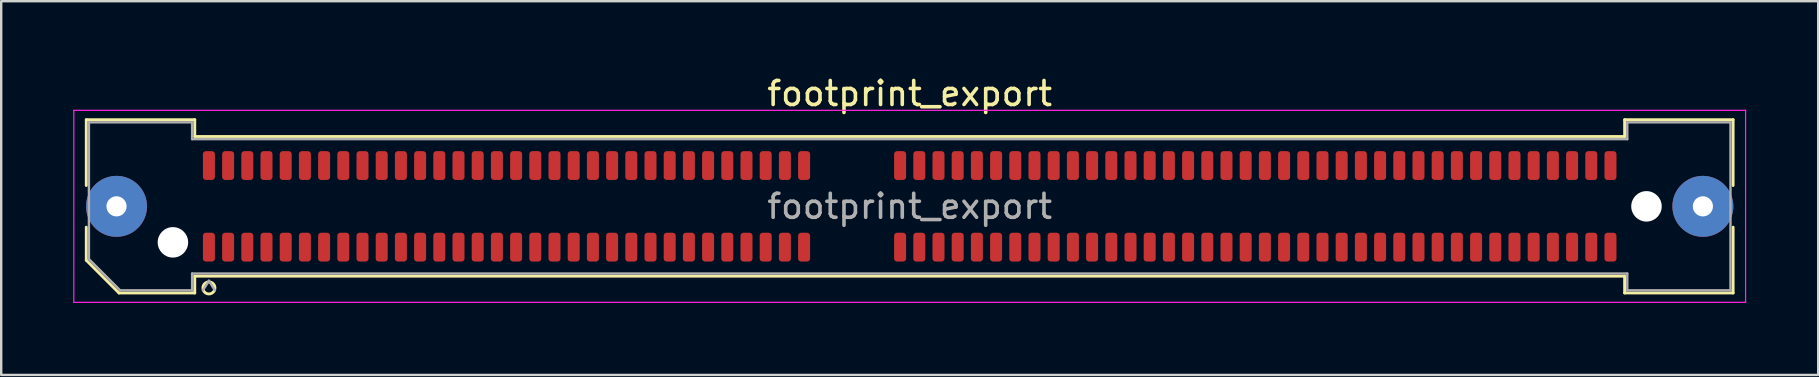
<source format=kicad_pcb>
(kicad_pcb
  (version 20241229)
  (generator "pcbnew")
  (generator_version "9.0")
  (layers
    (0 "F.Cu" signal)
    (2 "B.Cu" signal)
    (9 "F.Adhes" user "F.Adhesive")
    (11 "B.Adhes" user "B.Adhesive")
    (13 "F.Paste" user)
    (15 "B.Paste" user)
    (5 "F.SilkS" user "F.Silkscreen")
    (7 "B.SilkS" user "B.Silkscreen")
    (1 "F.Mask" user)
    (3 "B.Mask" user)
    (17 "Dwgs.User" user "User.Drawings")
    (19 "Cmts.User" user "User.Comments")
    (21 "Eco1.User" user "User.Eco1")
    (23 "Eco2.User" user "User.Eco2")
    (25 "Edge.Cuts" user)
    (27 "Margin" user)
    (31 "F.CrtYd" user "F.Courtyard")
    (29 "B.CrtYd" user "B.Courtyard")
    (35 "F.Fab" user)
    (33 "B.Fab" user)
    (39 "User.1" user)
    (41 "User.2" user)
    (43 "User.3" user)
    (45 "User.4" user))
  (footprint "footprint_export"
    (layer "F.Cu")
    (at 34.855 5.548)
    (property "Reference" "footprint_export" (at 0 -4.7 0) (layer "F.SilkS") (effects (font (size 1 1) (thickness 0.15))))
    (attr smd)
    (fp_line (start -34.31 -3.61) (end -29.79 -3.61) (stroke (width 0.12) (type solid)) (layer "F.SilkS"))
    (fp_line (start -34.31 -0.868) (end -34.31 -3.61) (stroke (width 0.12) (type solid)) (layer "F.SilkS"))
    (fp_line (start -34.31 2.246) (end -34.31 0.868) (stroke (width 0.12) (type solid)) (layer "F.SilkS"))
    (fp_line (start -32.946 3.61) (end -34.31 2.246) (stroke (width 0.12) (type solid)) (layer "F.SilkS"))
    (fp_line (start -29.79 -3.61) (end -29.79 -2.91) (stroke (width 0.12) (type solid)) (layer "F.SilkS"))
    (fp_line (start -29.79 -2.91) (end 29.79 -2.91) (stroke (width 0.12) (type solid)) (layer "F.SilkS"))
    (fp_line (start -29.79 2.91) (end -29.79 3.61) (stroke (width 0.12) (type solid)) (layer "F.SilkS"))
    (fp_line (start -29.79 3.61) (end -32.946 3.61) (stroke (width 0.12) (type solid)) (layer "F.SilkS"))
    (fp_line (start 29.79 -3.61) (end 34.31 -3.61) (stroke (width 0.12) (type solid)) (layer "F.SilkS"))
    (fp_line (start 29.79 -2.91) (end 29.79 -3.61) (stroke (width 0.12) (type solid)) (layer "F.SilkS"))
    (fp_line (start 29.79 2.91) (end -29.79 2.91) (stroke (width 0.12) (type solid)) (layer "F.SilkS"))
    (fp_line (start 29.79 3.61) (end 29.79 2.91) (stroke (width 0.12) (type solid)) (layer "F.SilkS"))
    (fp_line (start 34.31 -3.61) (end 34.31 -0.868) (stroke (width 0.12) (type solid)) (layer "F.SilkS"))
    (fp_line (start 34.31 0.868) (end 34.31 3.61) (stroke (width 0.12) (type solid)) (layer "F.SilkS"))
    (fp_line (start 34.31 3.61) (end 29.79 3.61) (stroke (width 0.12) (type solid)) (layer "F.SilkS"))
    (fp_arc (start -28.95 3.4) (mid -29.45 3.4) (end -28.95 3.4) (stroke (width 0.12) (type solid)) (layer "F.SilkS"))
    (fp_line (start -34.83 -4) (end -34.83 4) (stroke (width 0.05) (type solid)) (layer "F.CrtYd"))
    (fp_line (start -34.83 4) (end 34.83 4) (stroke (width 0.05) (type solid)) (layer "F.CrtYd"))
    (fp_line (start 34.83 -4) (end -34.83 -4) (stroke (width 0.05) (type solid)) (layer "F.CrtYd"))
    (fp_line (start 34.83 4) (end 34.83 -4) (stroke (width 0.05) (type solid)) (layer "F.CrtYd"))
    (fp_line (start -34.2 -3.5) (end -29.9 -3.5) (stroke (width 0.1) (type solid)) (layer "F.Fab"))
    (fp_line (start -34.2 2.2) (end -34.2 -3.5) (stroke (width 0.1) (type solid)) (layer "F.Fab"))
    (fp_line (start -32.9 3.5) (end -34.2 2.2) (stroke (width 0.1) (type solid)) (layer "F.Fab"))
    (fp_line (start -29.9 -3.5) (end -29.9 -2.8) (stroke (width 0.1) (type solid)) (layer "F.Fab"))
    (fp_line (start -29.9 -2.8) (end 29.9 -2.8) (stroke (width 0.1) (type solid)) (layer "F.Fab"))
    (fp_line (start -29.9 2.8) (end -29.9 3.5) (stroke (width 0.1) (type solid)) (layer "F.Fab"))
    (fp_line (start -29.9 3.5) (end -32.9 3.5) (stroke (width 0.1) (type solid)) (layer "F.Fab"))
    (fp_line (start -29.2 3.1) (end -29.45 3.5) (stroke (width 0.1) (type solid)) (layer "F.Fab"))
    (fp_line (start -29.2 3.1) (end -28.95 3.5) (stroke (width 0.1) (type solid)) (layer "F.Fab"))
    (fp_line (start 29.9 -3.5) (end 34.2 -3.5) (stroke (width 0.1) (type solid)) (layer "F.Fab"))
    (fp_line (start 29.9 -2.8) (end 29.9 -3.5) (stroke (width 0.1) (type solid)) (layer "F.Fab"))
    (fp_line (start 29.9 2.8) (end -29.9 2.8) (stroke (width 0.1) (type solid)) (layer "F.Fab"))
    (fp_line (start 29.9 3.5) (end 29.9 2.8) (stroke (width 0.1) (type solid)) (layer "F.Fab"))
    (fp_line (start 34.2 -3.5) (end 34.2 3.5) (stroke (width 0.1) (type solid)) (layer "F.Fab"))
    (fp_line (start 34.2 3.5) (end 29.9 3.5) (stroke (width 0.1) (type solid)) (layer "F.Fab"))
    (fp_text user "${REFERENCE}" (at 0 0 0) (layer "F.Fab") (effects (font (size 1 1) (thickness 0.15))))
    (pad "" thru_hole circle (at -33.05 0) (size 2.54 2.54) (drill 0.84) (layers "*.Cu" "*.Mask" "F.Paste"))
    (pad "" np_thru_hole circle (at -30.7 1.5) (size 1.27 1.27) (drill 1.27) (layers "*.Cu" "*.Mask"))
    (pad "" np_thru_hole circle (at 30.7 0) (size 1.27 1.27) (drill 1.27) (layers "*.Cu" "*.Mask"))
    (pad "" thru_hole circle (at 33.05 0) (size 2.54 2.54) (drill 0.84) (layers "*.Cu" "*.Mask" "F.Paste"))
    (pad "1" smd roundrect (at -29.2 1.7) (size 0.5 1.2) (layers "F.Cu" "F.Mask" "F.Paste") (roundrect_rratio 0.25))
    (pad "2" smd roundrect (at -29.2 -1.7) (size 0.5 1.2) (layers "F.Cu" "F.Mask" "F.Paste") (roundrect_rratio 0.25))
    (pad "3" smd roundrect (at -28.4 1.7) (size 0.5 1.2) (layers "F.Cu" "F.Mask" "F.Paste") (roundrect_rratio 0.25))
    (pad "4" smd roundrect (at -28.4 -1.7) (size 0.5 1.2) (layers "F.Cu" "F.Mask" "F.Paste") (roundrect_rratio 0.25))
    (pad "5" smd roundrect (at -27.6 1.7) (size 0.5 1.2) (layers "F.Cu" "F.Mask" "F.Paste") (roundrect_rratio 0.25))
    (pad "6" smd roundrect (at -27.6 -1.7) (size 0.5 1.2) (layers "F.Cu" "F.Mask" "F.Paste") (roundrect_rratio 0.25))
    (pad "7" smd roundrect (at -26.8 1.7) (size 0.5 1.2) (layers "F.Cu" "F.Mask" "F.Paste") (roundrect_rratio 0.25))
    (pad "8" smd roundrect (at -26.8 -1.7) (size 0.5 1.2) (layers "F.Cu" "F.Mask" "F.Paste") (roundrect_rratio 0.25))
    (pad "9" smd roundrect (at -26 1.7) (size 0.5 1.2) (layers "F.Cu" "F.Mask" "F.Paste") (roundrect_rratio 0.25))
    (pad "10" smd roundrect (at -26 -1.7) (size 0.5 1.2) (layers "F.Cu" "F.Mask" "F.Paste") (roundrect_rratio 0.25))
    (pad "11" smd roundrect (at -25.2 1.7) (size 0.5 1.2) (layers "F.Cu" "F.Mask" "F.Paste") (roundrect_rratio 0.25))
    (pad "12" smd roundrect (at -25.2 -1.7) (size 0.5 1.2) (layers "F.Cu" "F.Mask" "F.Paste") (roundrect_rratio 0.25))
    (pad "13" smd roundrect (at -24.4 1.7) (size 0.5 1.2) (layers "F.Cu" "F.Mask" "F.Paste") (roundrect_rratio 0.25))
    (pad "14" smd roundrect (at -24.4 -1.7) (size 0.5 1.2) (layers "F.Cu" "F.Mask" "F.Paste") (roundrect_rratio 0.25))
    (pad "15" smd roundrect (at -23.6 1.7) (size 0.5 1.2) (layers "F.Cu" "F.Mask" "F.Paste") (roundrect_rratio 0.25))
    (pad "16" smd roundrect (at -23.6 -1.7) (size 0.5 1.2) (layers "F.Cu" "F.Mask" "F.Paste") (roundrect_rratio 0.25))
    (pad "17" smd roundrect (at -22.8 1.7) (size 0.5 1.2) (layers "F.Cu" "F.Mask" "F.Paste") (roundrect_rratio 0.25))
    (pad "18" smd roundrect (at -22.8 -1.7) (size 0.5 1.2) (layers "F.Cu" "F.Mask" "F.Paste") (roundrect_rratio 0.25))
    (pad "19" smd roundrect (at -22 1.7) (size 0.5 1.2) (layers "F.Cu" "F.Mask" "F.Paste") (roundrect_rratio 0.25))
    (pad "20" smd roundrect (at -22 -1.7) (size 0.5 1.2) (layers "F.Cu" "F.Mask" "F.Paste") (roundrect_rratio 0.25))
    (pad "21" smd roundrect (at -21.2 1.7) (size 0.5 1.2) (layers "F.Cu" "F.Mask" "F.Paste") (roundrect_rratio 0.25))
    (pad "22" smd roundrect (at -21.2 -1.7) (size 0.5 1.2) (layers "F.Cu" "F.Mask" "F.Paste") (roundrect_rratio 0.25))
    (pad "23" smd roundrect (at -20.4 1.7) (size 0.5 1.2) (layers "F.Cu" "F.Mask" "F.Paste") (roundrect_rratio 0.25))
    (pad "24" smd roundrect (at -20.4 -1.7) (size 0.5 1.2) (layers "F.Cu" "F.Mask" "F.Paste") (roundrect_rratio 0.25))
    (pad "25" smd roundrect (at -19.6 1.7) (size 0.5 1.2) (layers "F.Cu" "F.Mask" "F.Paste") (roundrect_rratio 0.25))
    (pad "26" smd roundrect (at -19.6 -1.7) (size 0.5 1.2) (layers "F.Cu" "F.Mask" "F.Paste") (roundrect_rratio 0.25))
    (pad "27" smd roundrect (at -18.8 1.7) (size 0.5 1.2) (layers "F.Cu" "F.Mask" "F.Paste") (roundrect_rratio 0.25))
    (pad "28" smd roundrect (at -18.8 -1.7) (size 0.5 1.2) (layers "F.Cu" "F.Mask" "F.Paste") (roundrect_rratio 0.25))
    (pad "29" smd roundrect (at -18 1.7) (size 0.5 1.2) (layers "F.Cu" "F.Mask" "F.Paste") (roundrect_rratio 0.25))
    (pad "30" smd roundrect (at -18 -1.7) (size 0.5 1.2) (layers "F.Cu" "F.Mask" "F.Paste") (roundrect_rratio 0.25))
    (pad "31" smd roundrect (at -17.2 1.7) (size 0.5 1.2) (layers "F.Cu" "F.Mask" "F.Paste") (roundrect_rratio 0.25))
    (pad "32" smd roundrect (at -17.2 -1.7) (size 0.5 1.2) (layers "F.Cu" "F.Mask" "F.Paste") (roundrect_rratio 0.25))
    (pad "33" smd roundrect (at -16.4 1.7) (size 0.5 1.2) (layers "F.Cu" "F.Mask" "F.Paste") (roundrect_rratio 0.25))
    (pad "34" smd roundrect (at -16.4 -1.7) (size 0.5 1.2) (layers "F.Cu" "F.Mask" "F.Paste") (roundrect_rratio 0.25))
    (pad "35" smd roundrect (at -15.6 1.7) (size 0.5 1.2) (layers "F.Cu" "F.Mask" "F.Paste") (roundrect_rratio 0.25))
    (pad "36" smd roundrect (at -15.6 -1.7) (size 0.5 1.2) (layers "F.Cu" "F.Mask" "F.Paste") (roundrect_rratio 0.25))
    (pad "37" smd roundrect (at -14.8 1.7) (size 0.5 1.2) (layers "F.Cu" "F.Mask" "F.Paste") (roundrect_rratio 0.25))
    (pad "38" smd roundrect (at -14.8 -1.7) (size 0.5 1.2) (layers "F.Cu" "F.Mask" "F.Paste") (roundrect_rratio 0.25))
    (pad "39" smd roundrect (at -14 1.7) (size 0.5 1.2) (layers "F.Cu" "F.Mask" "F.Paste") (roundrect_rratio 0.25))
    (pad "40" smd roundrect (at -14 -1.7) (size 0.5 1.2) (layers "F.Cu" "F.Mask" "F.Paste") (roundrect_rratio 0.25))
    (pad "41" smd roundrect (at -13.2 1.7) (size 0.5 1.2) (layers "F.Cu" "F.Mask" "F.Paste") (roundrect_rratio 0.25))
    (pad "42" smd roundrect (at -13.2 -1.7) (size 0.5 1.2) (layers "F.Cu" "F.Mask" "F.Paste") (roundrect_rratio 0.25))
    (pad "43" smd roundrect (at -12.4 1.7) (size 0.5 1.2) (layers "F.Cu" "F.Mask" "F.Paste") (roundrect_rratio 0.25))
    (pad "44" smd roundrect (at -12.4 -1.7) (size 0.5 1.2) (layers "F.Cu" "F.Mask" "F.Paste") (roundrect_rratio 0.25))
    (pad "45" smd roundrect (at -11.6 1.7) (size 0.5 1.2) (layers "F.Cu" "F.Mask" "F.Paste") (roundrect_rratio 0.25))
    (pad "46" smd roundrect (at -11.6 -1.7) (size 0.5 1.2) (layers "F.Cu" "F.Mask" "F.Paste") (roundrect_rratio 0.25))
    (pad "47" smd roundrect (at -10.8 1.7) (size 0.5 1.2) (layers "F.Cu" "F.Mask" "F.Paste") (roundrect_rratio 0.25))
    (pad "48" smd roundrect (at -10.8 -1.7) (size 0.5 1.2) (layers "F.Cu" "F.Mask" "F.Paste") (roundrect_rratio 0.25))
    (pad "49" smd roundrect (at -10 1.7) (size 0.5 1.2) (layers "F.Cu" "F.Mask" "F.Paste") (roundrect_rratio 0.25))
    (pad "50" smd roundrect (at -10 -1.7) (size 0.5 1.2) (layers "F.Cu" "F.Mask" "F.Paste") (roundrect_rratio 0.25))
    (pad "51" smd roundrect (at -9.2 1.7) (size 0.5 1.2) (layers "F.Cu" "F.Mask" "F.Paste") (roundrect_rratio 0.25))
    (pad "52" smd roundrect (at -9.2 -1.7) (size 0.5 1.2) (layers "F.Cu" "F.Mask" "F.Paste") (roundrect_rratio 0.25))
    (pad "53" smd roundrect (at -8.4 1.7) (size 0.5 1.2) (layers "F.Cu" "F.Mask" "F.Paste") (roundrect_rratio 0.25))
    (pad "54" smd roundrect (at -8.4 -1.7) (size 0.5 1.2) (layers "F.Cu" "F.Mask" "F.Paste") (roundrect_rratio 0.25))
    (pad "55" smd roundrect (at -7.6 1.7) (size 0.5 1.2) (layers "F.Cu" "F.Mask" "F.Paste") (roundrect_rratio 0.25))
    (pad "56" smd roundrect (at -7.6 -1.7) (size 0.5 1.2) (layers "F.Cu" "F.Mask" "F.Paste") (roundrect_rratio 0.25))
    (pad "57" smd roundrect (at -6.8 1.7) (size 0.5 1.2) (layers "F.Cu" "F.Mask" "F.Paste") (roundrect_rratio 0.25))
    (pad "58" smd roundrect (at -6.8 -1.7) (size 0.5 1.2) (layers "F.Cu" "F.Mask" "F.Paste") (roundrect_rratio 0.25))
    (pad "59" smd roundrect (at -6 1.7) (size 0.5 1.2) (layers "F.Cu" "F.Mask" "F.Paste") (roundrect_rratio 0.25))
    (pad "60" smd roundrect (at -6 -1.7) (size 0.5 1.2) (layers "F.Cu" "F.Mask" "F.Paste") (roundrect_rratio 0.25))
    (pad "61" smd roundrect (at -5.2 1.7) (size 0.5 1.2) (layers "F.Cu" "F.Mask" "F.Paste") (roundrect_rratio 0.25))
    (pad "62" smd roundrect (at -5.2 -1.7) (size 0.5 1.2) (layers "F.Cu" "F.Mask" "F.Paste") (roundrect_rratio 0.25))
    (pad "63" smd roundrect (at -4.4 1.7) (size 0.5 1.2) (layers "F.Cu" "F.Mask" "F.Paste") (roundrect_rratio 0.25))
    (pad "64" smd roundrect (at -4.4 -1.7) (size 0.5 1.2) (layers "F.Cu" "F.Mask" "F.Paste") (roundrect_rratio 0.25))
    (pad "65" smd roundrect (at -0.4 1.7) (size 0.5 1.2) (layers "F.Cu" "F.Mask" "F.Paste") (roundrect_rratio 0.25))
    (pad "66" smd roundrect (at -0.4 -1.7) (size 0.5 1.2) (layers "F.Cu" "F.Mask" "F.Paste") (roundrect_rratio 0.25))
    (pad "67" smd roundrect (at 0.4 1.7) (size 0.5 1.2) (layers "F.Cu" "F.Mask" "F.Paste") (roundrect_rratio 0.25))
    (pad "68" smd roundrect (at 0.4 -1.7) (size 0.5 1.2) (layers "F.Cu" "F.Mask" "F.Paste") (roundrect_rratio 0.25))
    (pad "69" smd roundrect (at 1.2 1.7) (size 0.5 1.2) (layers "F.Cu" "F.Mask" "F.Paste") (roundrect_rratio 0.25))
    (pad "70" smd roundrect (at 1.2 -1.7) (size 0.5 1.2) (layers "F.Cu" "F.Mask" "F.Paste") (roundrect_rratio 0.25))
    (pad "71" smd roundrect (at 2 1.7) (size 0.5 1.2) (layers "F.Cu" "F.Mask" "F.Paste") (roundrect_rratio 0.25))
    (pad "72" smd roundrect (at 2 -1.7) (size 0.5 1.2) (layers "F.Cu" "F.Mask" "F.Paste") (roundrect_rratio 0.25))
    (pad "73" smd roundrect (at 2.8 1.7) (size 0.5 1.2) (layers "F.Cu" "F.Mask" "F.Paste") (roundrect_rratio 0.25))
    (pad "74" smd roundrect (at 2.8 -1.7) (size 0.5 1.2) (layers "F.Cu" "F.Mask" "F.Paste") (roundrect_rratio 0.25))
    (pad "75" smd roundrect (at 3.6 1.7) (size 0.5 1.2) (layers "F.Cu" "F.Mask" "F.Paste") (roundrect_rratio 0.25))
    (pad "76" smd roundrect (at 3.6 -1.7) (size 0.5 1.2) (layers "F.Cu" "F.Mask" "F.Paste") (roundrect_rratio 0.25))
    (pad "77" smd roundrect (at 4.4 1.7) (size 0.5 1.2) (layers "F.Cu" "F.Mask" "F.Paste") (roundrect_rratio 0.25))
    (pad "78" smd roundrect (at 4.4 -1.7) (size 0.5 1.2) (layers "F.Cu" "F.Mask" "F.Paste") (roundrect_rratio 0.25))
    (pad "79" smd roundrect (at 5.2 1.7) (size 0.5 1.2) (layers "F.Cu" "F.Mask" "F.Paste") (roundrect_rratio 0.25))
    (pad "80" smd roundrect (at 5.2 -1.7) (size 0.5 1.2) (layers "F.Cu" "F.Mask" "F.Paste") (roundrect_rratio 0.25))
    (pad "81" smd roundrect (at 6 1.7) (size 0.5 1.2) (layers "F.Cu" "F.Mask" "F.Paste") (roundrect_rratio 0.25))
    (pad "82" smd roundrect (at 6 -1.7) (size 0.5 1.2) (layers "F.Cu" "F.Mask" "F.Paste") (roundrect_rratio 0.25))
    (pad "83" smd roundrect (at 6.8 1.7) (size 0.5 1.2) (layers "F.Cu" "F.Mask" "F.Paste") (roundrect_rratio 0.25))
    (pad "84" smd roundrect (at 6.8 -1.7) (size 0.5 1.2) (layers "F.Cu" "F.Mask" "F.Paste") (roundrect_rratio 0.25))
    (pad "85" smd roundrect (at 7.6 1.7) (size 0.5 1.2) (layers "F.Cu" "F.Mask" "F.Paste") (roundrect_rratio 0.25))
    (pad "86" smd roundrect (at 7.6 -1.7) (size 0.5 1.2) (layers "F.Cu" "F.Mask" "F.Paste") (roundrect_rratio 0.25))
    (pad "87" smd roundrect (at 8.4 1.7) (size 0.5 1.2) (layers "F.Cu" "F.Mask" "F.Paste") (roundrect_rratio 0.25))
    (pad "88" smd roundrect (at 8.4 -1.7) (size 0.5 1.2) (layers "F.Cu" "F.Mask" "F.Paste") (roundrect_rratio 0.25))
    (pad "89" smd roundrect (at 9.2 1.7) (size 0.5 1.2) (layers "F.Cu" "F.Mask" "F.Paste") (roundrect_rratio 0.25))
    (pad "90" smd roundrect (at 9.2 -1.7) (size 0.5 1.2) (layers "F.Cu" "F.Mask" "F.Paste") (roundrect_rratio 0.25))
    (pad "91" smd roundrect (at 10 1.7) (size 0.5 1.2) (layers "F.Cu" "F.Mask" "F.Paste") (roundrect_rratio 0.25))
    (pad "92" smd roundrect (at 10 -1.7) (size 0.5 1.2) (layers "F.Cu" "F.Mask" "F.Paste") (roundrect_rratio 0.25))
    (pad "93" smd roundrect (at 10.8 1.7) (size 0.5 1.2) (layers "F.Cu" "F.Mask" "F.Paste") (roundrect_rratio 0.25))
    (pad "94" smd roundrect (at 10.8 -1.7) (size 0.5 1.2) (layers "F.Cu" "F.Mask" "F.Paste") (roundrect_rratio 0.25))
    (pad "95" smd roundrect (at 11.6 1.7) (size 0.5 1.2) (layers "F.Cu" "F.Mask" "F.Paste") (roundrect_rratio 0.25))
    (pad "96" smd roundrect (at 11.6 -1.7) (size 0.5 1.2) (layers "F.Cu" "F.Mask" "F.Paste") (roundrect_rratio 0.25))
    (pad "97" smd roundrect (at 12.4 1.7) (size 0.5 1.2) (layers "F.Cu" "F.Mask" "F.Paste") (roundrect_rratio 0.25))
    (pad "98" smd roundrect (at 12.4 -1.7) (size 0.5 1.2) (layers "F.Cu" "F.Mask" "F.Paste") (roundrect_rratio 0.25))
    (pad "99" smd roundrect (at 13.2 1.7) (size 0.5 1.2) (layers "F.Cu" "F.Mask" "F.Paste") (roundrect_rratio 0.25))
    (pad "100" smd roundrect (at 13.2 -1.7) (size 0.5 1.2) (layers "F.Cu" "F.Mask" "F.Paste") (roundrect_rratio 0.25))
    (pad "101" smd roundrect (at 14 1.7) (size 0.5 1.2) (layers "F.Cu" "F.Mask" "F.Paste") (roundrect_rratio 0.25))
    (pad "102" smd roundrect (at 14 -1.7) (size 0.5 1.2) (layers "F.Cu" "F.Mask" "F.Paste") (roundrect_rratio 0.25))
    (pad "103" smd roundrect (at 14.8 1.7) (size 0.5 1.2) (layers "F.Cu" "F.Mask" "F.Paste") (roundrect_rratio 0.25))
    (pad "104" smd roundrect (at 14.8 -1.7) (size 0.5 1.2) (layers "F.Cu" "F.Mask" "F.Paste") (roundrect_rratio 0.25))
    (pad "105" smd roundrect (at 15.6 1.7) (size 0.5 1.2) (layers "F.Cu" "F.Mask" "F.Paste") (roundrect_rratio 0.25))
    (pad "106" smd roundrect (at 15.6 -1.7) (size 0.5 1.2) (layers "F.Cu" "F.Mask" "F.Paste") (roundrect_rratio 0.25))
    (pad "107" smd roundrect (at 16.4 1.7) (size 0.5 1.2) (layers "F.Cu" "F.Mask" "F.Paste") (roundrect_rratio 0.25))
    (pad "108" smd roundrect (at 16.4 -1.7) (size 0.5 1.2) (layers "F.Cu" "F.Mask" "F.Paste") (roundrect_rratio 0.25))
    (pad "109" smd roundrect (at 17.2 1.7) (size 0.5 1.2) (layers "F.Cu" "F.Mask" "F.Paste") (roundrect_rratio 0.25))
    (pad "110" smd roundrect (at 17.2 -1.7) (size 0.5 1.2) (layers "F.Cu" "F.Mask" "F.Paste") (roundrect_rratio 0.25))
    (pad "111" smd roundrect (at 18 1.7) (size 0.5 1.2) (layers "F.Cu" "F.Mask" "F.Paste") (roundrect_rratio 0.25))
    (pad "112" smd roundrect (at 18 -1.7) (size 0.5 1.2) (layers "F.Cu" "F.Mask" "F.Paste") (roundrect_rratio 0.25))
    (pad "113" smd roundrect (at 18.8 1.7) (size 0.5 1.2) (layers "F.Cu" "F.Mask" "F.Paste") (roundrect_rratio 0.25))
    (pad "114" smd roundrect (at 18.8 -1.7) (size 0.5 1.2) (layers "F.Cu" "F.Mask" "F.Paste") (roundrect_rratio 0.25))
    (pad "115" smd roundrect (at 19.6 1.7) (size 0.5 1.2) (layers "F.Cu" "F.Mask" "F.Paste") (roundrect_rratio 0.25))
    (pad "116" smd roundrect (at 19.6 -1.7) (size 0.5 1.2) (layers "F.Cu" "F.Mask" "F.Paste") (roundrect_rratio 0.25))
    (pad "117" smd roundrect (at 20.4 1.7) (size 0.5 1.2) (layers "F.Cu" "F.Mask" "F.Paste") (roundrect_rratio 0.25))
    (pad "118" smd roundrect (at 20.4 -1.7) (size 0.5 1.2) (layers "F.Cu" "F.Mask" "F.Paste") (roundrect_rratio 0.25))
    (pad "119" smd roundrect (at 21.2 1.7) (size 0.5 1.2) (layers "F.Cu" "F.Mask" "F.Paste") (roundrect_rratio 0.25))
    (pad "120" smd roundrect (at 21.2 -1.7) (size 0.5 1.2) (layers "F.Cu" "F.Mask" "F.Paste") (roundrect_rratio 0.25))
    (pad "121" smd roundrect (at 22 1.7) (size 0.5 1.2) (layers "F.Cu" "F.Mask" "F.Paste") (roundrect_rratio 0.25))
    (pad "122" smd roundrect (at 22 -1.7) (size 0.5 1.2) (layers "F.Cu" "F.Mask" "F.Paste") (roundrect_rratio 0.25))
    (pad "123" smd roundrect (at 22.8 1.7) (size 0.5 1.2) (layers "F.Cu" "F.Mask" "F.Paste") (roundrect_rratio 0.25))
    (pad "124" smd roundrect (at 22.8 -1.7) (size 0.5 1.2) (layers "F.Cu" "F.Mask" "F.Paste") (roundrect_rratio 0.25))
    (pad "125" smd roundrect (at 23.6 1.7) (size 0.5 1.2) (layers "F.Cu" "F.Mask" "F.Paste") (roundrect_rratio 0.25))
    (pad "126" smd roundrect (at 23.6 -1.7) (size 0.5 1.2) (layers "F.Cu" "F.Mask" "F.Paste") (roundrect_rratio 0.25))
    (pad "127" smd roundrect (at 24.4 1.7) (size 0.5 1.2) (layers "F.Cu" "F.Mask" "F.Paste") (roundrect_rratio 0.25))
    (pad "128" smd roundrect (at 24.4 -1.7) (size 0.5 1.2) (layers "F.Cu" "F.Mask" "F.Paste") (roundrect_rratio 0.25))
    (pad "129" smd roundrect (at 25.2 1.7) (size 0.5 1.2) (layers "F.Cu" "F.Mask" "F.Paste") (roundrect_rratio 0.25))
    (pad "130" smd roundrect (at 25.2 -1.7) (size 0.5 1.2) (layers "F.Cu" "F.Mask" "F.Paste") (roundrect_rratio 0.25))
    (pad "131" smd roundrect (at 26 1.7) (size 0.5 1.2) (layers "F.Cu" "F.Mask" "F.Paste") (roundrect_rratio 0.25))
    (pad "132" smd roundrect (at 26 -1.7) (size 0.5 1.2) (layers "F.Cu" "F.Mask" "F.Paste") (roundrect_rratio 0.25))
    (pad "133" smd roundrect (at 26.8 1.7) (size 0.5 1.2) (layers "F.Cu" "F.Mask" "F.Paste") (roundrect_rratio 0.25))
    (pad "134" smd roundrect (at 26.8 -1.7) (size 0.5 1.2) (layers "F.Cu" "F.Mask" "F.Paste") (roundrect_rratio 0.25))
    (pad "135" smd roundrect (at 27.6 1.7) (size 0.5 1.2) (layers "F.Cu" "F.Mask" "F.Paste") (roundrect_rratio 0.25))
    (pad "136" smd roundrect (at 27.6 -1.7) (size 0.5 1.2) (layers "F.Cu" "F.Mask" "F.Paste") (roundrect_rratio 0.25))
    (pad "137" smd roundrect (at 28.4 1.7) (size 0.5 1.2) (layers "F.Cu" "F.Mask" "F.Paste") (roundrect_rratio 0.25))
    (pad "138" smd roundrect (at 28.4 -1.7) (size 0.5 1.2) (layers "F.Cu" "F.Mask" "F.Paste") (roundrect_rratio 0.25))
    (pad "139" smd roundrect (at 29.2 1.7) (size 0.5 1.2) (layers "F.Cu" "F.Mask" "F.Paste") (roundrect_rratio 0.25))
    (pad "140" smd roundrect (at 29.2 -1.7) (size 0.5 1.2) (layers "F.Cu" "F.Mask" "F.Paste") (roundrect_rratio 0.25)))
  (gr_rect
    (start -3 -3)
    (end 72.71 12.573)
    (stroke (width 0.1) (type default))
    (fill no)
    (layer "Edge.Cuts")))
</source>
